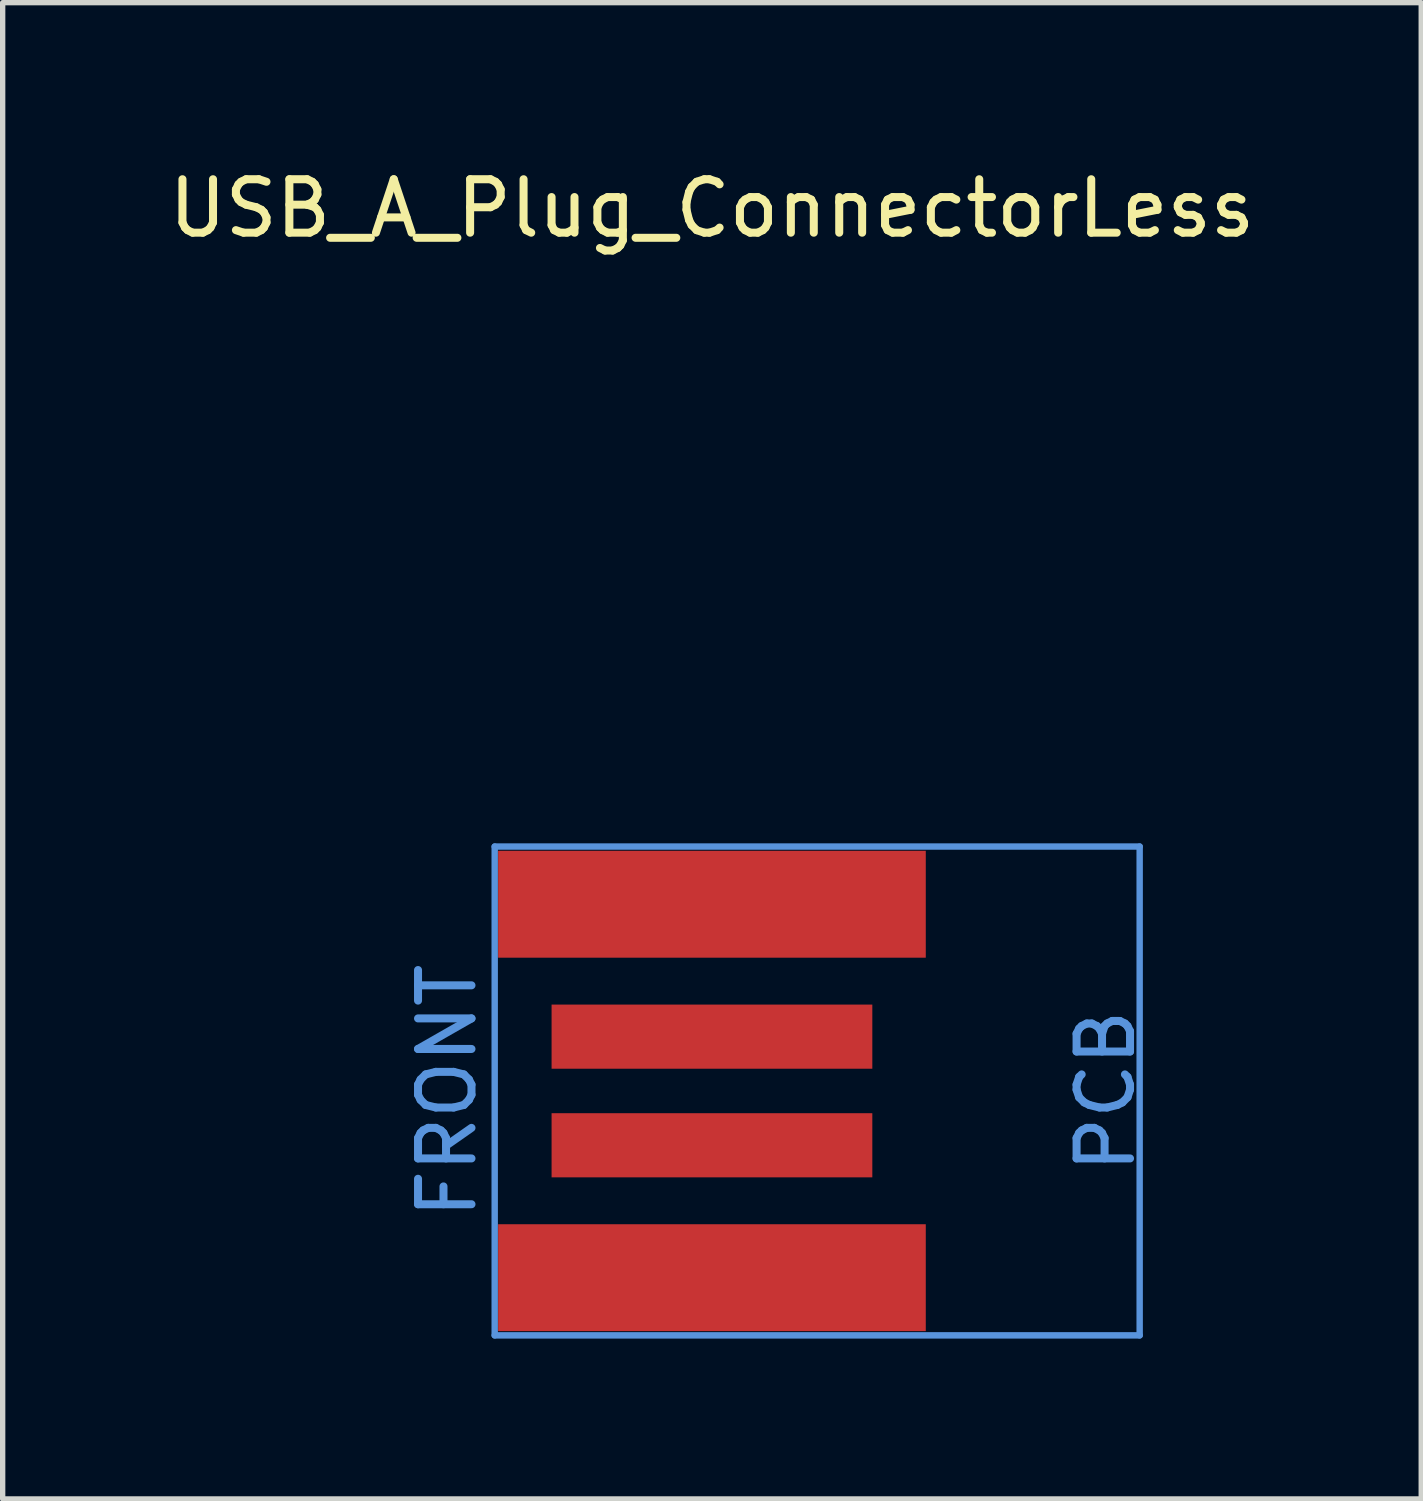
<source format=kicad_pcb>
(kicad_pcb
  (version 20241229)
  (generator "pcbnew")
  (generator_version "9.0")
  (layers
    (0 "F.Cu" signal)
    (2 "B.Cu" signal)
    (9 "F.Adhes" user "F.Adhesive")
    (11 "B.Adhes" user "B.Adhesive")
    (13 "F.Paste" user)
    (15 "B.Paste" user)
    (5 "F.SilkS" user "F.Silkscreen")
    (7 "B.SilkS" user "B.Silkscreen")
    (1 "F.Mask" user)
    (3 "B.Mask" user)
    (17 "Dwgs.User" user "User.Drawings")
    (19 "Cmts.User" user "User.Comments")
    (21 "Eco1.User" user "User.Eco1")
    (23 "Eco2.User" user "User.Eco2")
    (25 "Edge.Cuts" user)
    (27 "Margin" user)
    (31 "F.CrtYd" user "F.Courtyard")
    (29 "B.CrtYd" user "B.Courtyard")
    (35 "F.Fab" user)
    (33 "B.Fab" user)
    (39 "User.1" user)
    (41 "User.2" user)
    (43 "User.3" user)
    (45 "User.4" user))
  (footprint "USB_A_Plug_ConnectorLess"
    (layer "F.Cu")
    (at 10.268 17.358)
    (property "Reference" "USB_A_Plug_ConnectorLess" (at 0 -16.51 0) (layer "F.SilkS") (effects (font (size 1 1) (thickness 0.15))))
    (attr through_hole)
    (fp_line (start -4.064 -4.572) (end -4.064 4.572) (stroke (width 0.12) (type solid)) (layer "Cmts.User"))
    (fp_line (start -4.064 -4.572) (end 8.001 -4.572) (stroke (width 0.12) (type solid)) (layer "Cmts.User"))
    (fp_line (start -4.064 4.572) (end 8.001 4.572) (stroke (width 0.12) (type solid)) (layer "Cmts.User"))
    (fp_line (start 8.001 4.572) (end 8.001 -4.572) (stroke (width 0.12) (type solid)) (layer "Cmts.User"))
    (fp_text user "FRONT" (at -4.953 0 90) (layer "Cmts.User") (effects (font (size 1 1) (thickness 0.15))))
    (fp_text user "PCB" (at 7.366 0 90) (layer "Cmts.User") (effects (font (size 1 1) (thickness 0.15))))
    (pad "1" smd rect (at 0 3.493 270) (size 2 8) (layers "F.Cu" "F.Mask" "F.Paste"))
    (pad "2" smd rect (at 0 1.016 270) (size 1.2 6) (layers "F.Cu" "F.Mask" "F.Paste"))
    (pad "3" smd rect (at 0 -1.016 270) (size 1.2 6) (layers "F.Cu" "F.Mask" "F.Paste"))
    (pad "4" smd rect (at 0 -3.493 270) (size 2 8) (layers "F.Cu" "F.Mask" "F.Paste")))
  (gr_rect
    (start -3 -3)
    (end 23.536 24.99)
    (stroke (width 0.1) (type default))
    (fill no)
    (layer "Edge.Cuts")))
</source>
